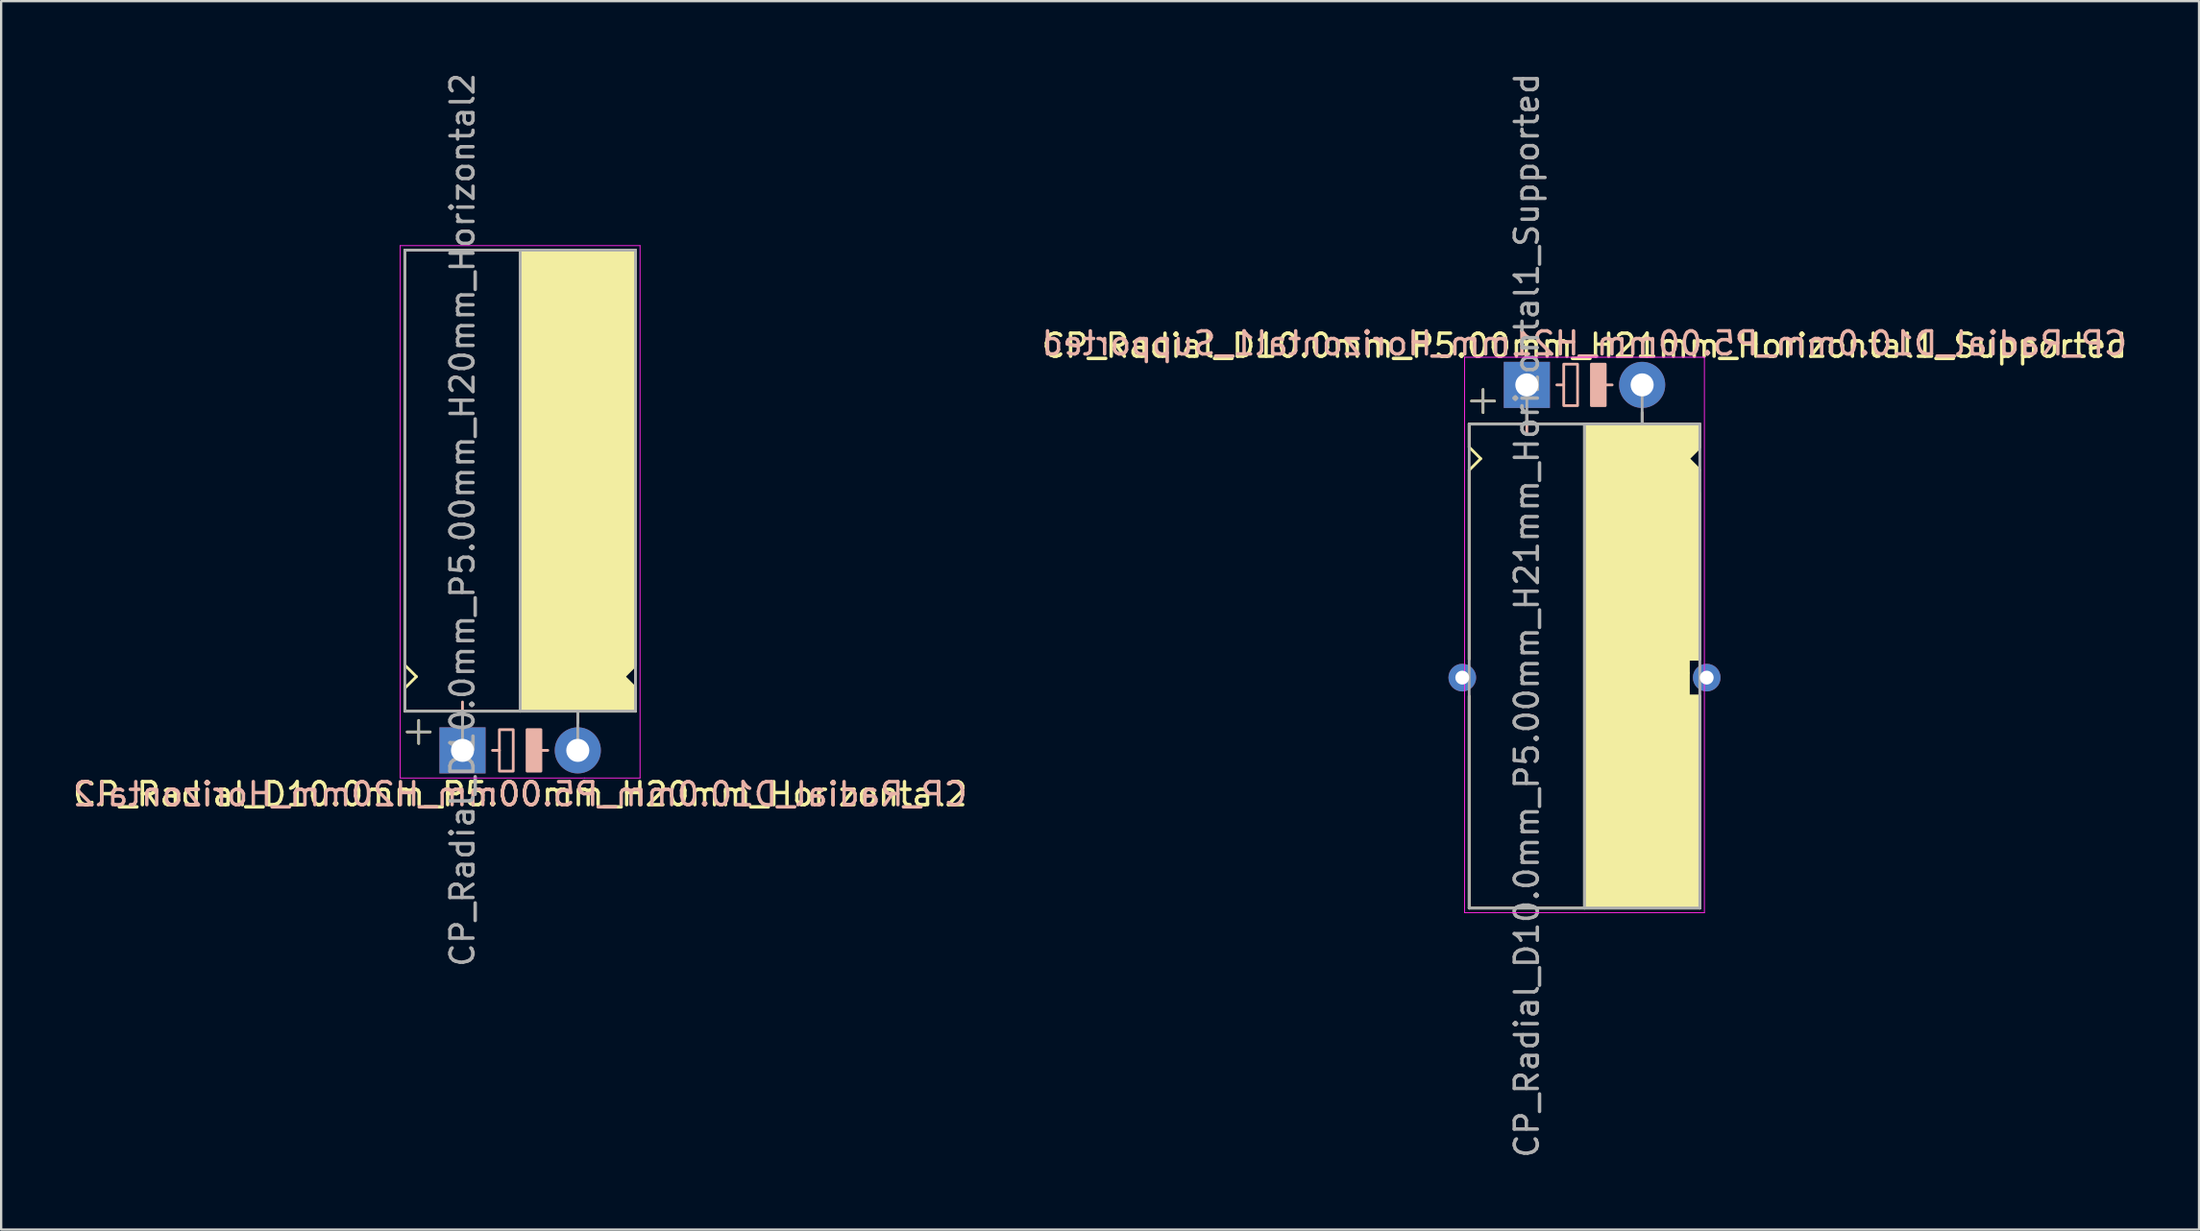
<source format=kicad_pcb>
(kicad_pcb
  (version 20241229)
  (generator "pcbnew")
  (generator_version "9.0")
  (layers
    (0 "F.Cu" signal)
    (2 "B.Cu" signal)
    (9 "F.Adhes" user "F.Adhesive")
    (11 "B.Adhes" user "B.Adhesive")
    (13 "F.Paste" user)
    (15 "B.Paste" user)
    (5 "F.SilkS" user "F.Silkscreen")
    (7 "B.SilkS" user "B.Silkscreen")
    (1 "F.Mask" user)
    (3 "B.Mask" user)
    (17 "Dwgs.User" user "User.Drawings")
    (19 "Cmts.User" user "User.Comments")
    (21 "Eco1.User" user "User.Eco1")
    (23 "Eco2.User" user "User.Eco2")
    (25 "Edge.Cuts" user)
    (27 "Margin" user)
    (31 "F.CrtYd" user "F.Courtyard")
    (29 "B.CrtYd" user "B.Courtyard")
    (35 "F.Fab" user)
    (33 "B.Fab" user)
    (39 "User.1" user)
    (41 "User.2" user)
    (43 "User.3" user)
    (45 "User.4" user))
  (footprint "CP_Radial_D10.0mm_P5.00mm_H21mm_Horizontal1_Supported"
    (layer "F.Cu")
    (at 63.161 13.649)
    (property "Reference" "CP_Radial_D10.0mm_P5.00mm_H21mm_Horizontal1_Supported" (at 2.5 -1.7 0) (layer "F.SilkS") (effects (font (size 1 1) (thickness 0.15))))
    (fp_line (start -2.5 1.7) (end -2.5 2.7) (stroke (width 0.12) (type solid)) (layer "F.SilkS"))
    (fp_line (start -2.5 2.7) (end -2 3.2) (stroke (width 0.12) (type solid)) (layer "F.SilkS"))
    (fp_line (start -2.5 3.7) (end -2.5 11.9) (stroke (width 0.12) (type solid)) (layer "F.SilkS"))
    (fp_line (start -2.5 13.5) (end -2.5 22.7) (stroke (width 0.12) (type solid)) (layer "F.SilkS"))
    (fp_line (start -2.5 22.7) (end 7.5 22.7) (stroke (width 0.12) (type solid)) (layer "F.SilkS"))
    (fp_line (start -2 3.2) (end -2.5 3.7) (stroke (width 0.12) (type solid)) (layer "F.SilkS"))
    (fp_line (start -1.9 0.2) (end -1.9 1.2) (stroke (width 0.12) (type solid)) (layer "F.SilkS"))
    (fp_line (start -1.4 0.7) (end -2.4 0.7) (stroke (width 0.12) (type solid)) (layer "F.SilkS"))
    (fp_line (start 0 1.7) (end 0 1.2) (stroke (width 0.12) (type solid)) (layer "F.SilkS"))
    (fp_line (start 2.5 1.7) (end -2.5 1.7) (stroke (width 0.12) (type solid)) (layer "F.SilkS"))
    (fp_line (start 2.5 22.7) (end 2.5 1.7) (stroke (width 0.12) (type solid)) (layer "F.SilkS"))
    (fp_line (start 5 1.7) (end 5 1.2) (stroke (width 0.12) (type solid)) (layer "F.SilkS"))
    (fp_line (start 7 3.2) (end 7.5 3.7) (stroke (width 0.12) (type solid)) (layer "F.SilkS"))
    (fp_line (start 7 11.9) (end 7.5 11.9) (stroke (width 0.12) (type solid)) (layer "F.SilkS"))
    (fp_line (start 7 12.5) (end 7 11.9) (stroke (width 0.12) (type solid)) (layer "F.SilkS"))
    (fp_line (start 7 13.5) (end 7 12.5) (stroke (width 0.12) (type solid)) (layer "F.SilkS"))
    (fp_line (start 7.5 1.7) (end 2.5 1.7) (stroke (width 0.12) (type solid)) (layer "F.SilkS"))
    (fp_line (start 7.5 1.7) (end 7.5 2.7) (stroke (width 0.12) (type solid)) (layer "F.SilkS"))
    (fp_line (start 7.5 2.7) (end 7 3.2) (stroke (width 0.12) (type solid)) (layer "F.SilkS"))
    (fp_line (start 7.5 4.7) (end 7.5 11.9) (stroke (width 0.12) (type solid)) (layer "F.SilkS"))
    (fp_line (start 7.5 13.5) (end 7 13.5) (stroke (width 0.12) (type solid)) (layer "F.SilkS"))
    (fp_line (start 7.5 13.5) (end 7.5 22.7) (stroke (width 0.12) (type solid)) (layer "F.SilkS"))
    (fp_poly (pts (xy 7.5 2.7) (xy 7 3.2) (xy 7.5 3.7) (xy 7.5 11.9) (xy 7 11.9) (xy 7 13.5) (xy 7.5 13.5) (xy 7.5 22.7) (xy 2.5 22.7) (xy 2.5 1.7) (xy 7.5 1.7)) (stroke (width 0.1) (type solid)) (fill yes) (layer "F.SilkS"))
    (fp_line (start 0 1.3) (end 0 2.1) (stroke (width 0.12) (type solid)) (layer "B.SilkS"))
    (fp_line (start 0.4 1.7) (end -0.4 1.7) (stroke (width 0.12) (type solid)) (layer "B.SilkS"))
    (fp_line (start 1.6 0) (end 1.3 0) (stroke (width 0.12) (type solid)) (layer "B.SilkS"))
    (fp_line (start 3.7 0) (end 3.4 0) (stroke (width 0.12) (type solid)) (layer "B.SilkS"))
    (fp_rect (start 2.2 -0.9) (end 1.6 0.9) (stroke (width 0.12) (type solid)) (fill no) (layer "B.SilkS"))
    (fp_rect (start 3.4 -0.9) (end 2.8 0.9) (stroke (width 0.12) (type solid)) (fill yes) (layer "B.SilkS"))
    (fp_line (start -2.7 -1.2) (end 5.3 -1.2) (stroke (width 0.04) (type solid)) (layer "F.CrtYd"))
    (fp_line (start -2.7 22.9) (end -2.7 -1.2) (stroke (width 0.04) (type solid)) (layer "F.CrtYd"))
    (fp_line (start 5.3 -1.2) (end 7.7 -1.2) (stroke (width 0.04) (type solid)) (layer "F.CrtYd"))
    (fp_line (start 7.7 -1.2) (end 7.7 22.9) (stroke (width 0.04) (type solid)) (layer "F.CrtYd"))
    (fp_line (start 7.7 22.9) (end -2.7 22.9) (stroke (width 0.04) (type solid)) (layer "F.CrtYd"))
    (fp_line (start -2.5 1.7) (end -2.5 22.7) (stroke (width 0.12) (type solid)) (layer "F.Fab"))
    (fp_line (start -2.5 22.7) (end 7.5 22.7) (stroke (width 0.12) (type solid)) (layer "F.Fab"))
    (fp_line (start -2.4 0.7) (end -1.4 0.7) (stroke (width 0.1) (type solid)) (layer "F.Fab"))
    (fp_line (start -1.9 1.2) (end -1.9 0.2) (stroke (width 0.1) (type solid)) (layer "F.Fab"))
    (fp_line (start 0 1.7) (end 0 0) (stroke (width 0.12) (type solid)) (layer "F.Fab"))
    (fp_line (start 2.5 1.7) (end 2.5 22.7) (stroke (width 0.12) (type solid)) (layer "F.Fab"))
    (fp_line (start 5 1.7) (end 5 0) (stroke (width 0.12) (type solid)) (layer "F.Fab"))
    (fp_line (start 7.5 1.7) (end -2.5 1.7) (stroke (width 0.12) (type solid)) (layer "F.Fab"))
    (fp_line (start 7.5 22.7) (end 7.5 1.7) (stroke (width 0.12) (type solid)) (layer "F.Fab"))
    (fp_poly (pts (xy 7.5 22.7) (xy 2.5 22.7) (xy 2.5 1.7) (xy 7.5 1.7)) (stroke (width 0.1) (type solid)) (fill no) (layer "F.Fab"))
    (fp_text user "${REFERENCE}" (at 2.5 -1.8 0) (layer "B.SilkS") (effects (font (size 1 1) (thickness 0.15)) (justify mirror)))
    (fp_text user "${REFERENCE}" (at 0 10 90) (layer "F.Fab") (effects (font (size 1 1) (thickness 0.15))))
    (pad "1" thru_hole rect (at 0 0) (size 2 2) (drill 1) (layers "*.Cu" "*.Mask"))
    (pad "2" thru_hole circle (at 5 0) (size 2 2) (drill 1) (layers "*.Cu" "*.Mask"))
    (pad "~" thru_hole circle (at -2.8 12.7) (size 1.2 1.2) (drill 0.6) (layers "*.Cu" "*.Mask"))
    (pad "~" thru_hole circle (at 7.8 12.7) (size 1.2 1.2) (drill 0.6) (layers "*.Cu" "*.Mask")))
  (footprint "CP_Radial_D10.0mm_P5.00mm_H20mm_Horizontal2"
    (layer "F.Cu")
    (at 17.006 29.506)
    (property "Reference" "CP_Radial_D10.0mm_P5.00mm_H20mm_Horizontal2" (at 2.5 1.9 0) (layer "F.SilkS") (effects (font (size 1 1) (thickness 0.15))))
    (fp_line (start -2.5 -21.7) (end 7.5 -21.7) (stroke (width 0.12) (type solid)) (layer "F.SilkS"))
    (fp_line (start -2.5 -11.7) (end -2.5 -21.7) (stroke (width 0.12) (type solid)) (layer "F.SilkS"))
    (fp_line (start -2.5 -3.7) (end -2.5 -11.7) (stroke (width 0.12) (type solid)) (layer "F.SilkS"))
    (fp_line (start -2.5 -2.7) (end -2 -3.2) (stroke (width 0.12) (type solid)) (layer "F.SilkS"))
    (fp_line (start -2.5 -1.7) (end -2.5 -2.7) (stroke (width 0.12) (type solid)) (layer "F.SilkS"))
    (fp_line (start -2 -3.2) (end -2.5 -3.7) (stroke (width 0.12) (type solid)) (layer "F.SilkS"))
    (fp_line (start -1.9 -1.3) (end -1.9 -0.3) (stroke (width 0.12) (type solid)) (layer "F.SilkS"))
    (fp_line (start -1.4 -0.8) (end -2.4 -0.8) (stroke (width 0.12) (type solid)) (layer "F.SilkS"))
    (fp_line (start 0 -1.7) (end 0 -1.2) (stroke (width 0.12) (type solid)) (layer "F.SilkS"))
    (fp_line (start 2.5 -21.7) (end 2.5 -1.7) (stroke (width 0.12) (type solid)) (layer "F.SilkS"))
    (fp_line (start 2.5 -1.7) (end -2.5 -1.7) (stroke (width 0.12) (type solid)) (layer "F.SilkS"))
    (fp_line (start 5 -1.7) (end 5 -1.2) (stroke (width 0.12) (type solid)) (layer "F.SilkS"))
    (fp_line (start 7 -3.2) (end 7.5 -3.7) (stroke (width 0.12) (type solid)) (layer "F.SilkS"))
    (fp_line (start 7.5 -11.7) (end 7.5 -21.7) (stroke (width 0.12) (type solid)) (layer "F.SilkS"))
    (fp_line (start 7.5 -3.7) (end 7.5 -11.7) (stroke (width 0.12) (type solid)) (layer "F.SilkS"))
    (fp_line (start 7.5 -2.7) (end 7 -3.2) (stroke (width 0.12) (type solid)) (layer "F.SilkS"))
    (fp_line (start 7.5 -1.7) (end 2.5 -1.7) (stroke (width 0.12) (type solid)) (layer "F.SilkS"))
    (fp_line (start 7.5 -1.7) (end 7.5 -2.7) (stroke (width 0.12) (type solid)) (layer "F.SilkS"))
    (fp_poly (pts (xy 7.5 -2.7) (xy 7 -3.2) (xy 7.5 -3.7) (xy 7.5 -21.7) (xy 2.5 -21.7) (xy 2.5 -1.7) (xy 7.5 -1.7)) (stroke (width 0.1) (type solid)) (fill yes) (layer "F.SilkS"))
    (fp_line (start 0 -2.1) (end 0 -1.3) (stroke (width 0.12) (type solid)) (layer "B.SilkS"))
    (fp_line (start 0.4 -1.7) (end -0.4 -1.7) (stroke (width 0.12) (type solid)) (layer "B.SilkS"))
    (fp_line (start 1.6 0) (end 1.3 0) (stroke (width 0.12) (type solid)) (layer "B.SilkS"))
    (fp_line (start 3.7 0) (end 3.4 0) (stroke (width 0.12) (type solid)) (layer "B.SilkS"))
    (fp_rect (start 2.2 -0.9) (end 1.6 0.9) (stroke (width 0.12) (type solid)) (fill no) (layer "B.SilkS"))
    (fp_rect (start 3.4 -0.9) (end 2.8 0.9) (stroke (width 0.12) (type solid)) (fill yes) (layer "B.SilkS"))
    (fp_line (start -2.7 -21.9) (end -2.7 1.2) (stroke (width 0.04) (type solid)) (layer "F.CrtYd"))
    (fp_line (start -2.7 1.2) (end 5.3 1.2) (stroke (width 0.04) (type solid)) (layer "F.CrtYd"))
    (fp_line (start 5.3 1.2) (end 7.7 1.2) (stroke (width 0.04) (type solid)) (layer "F.CrtYd"))
    (fp_line (start 7.7 -21.9) (end -2.7 -21.9) (stroke (width 0.04) (type solid)) (layer "F.CrtYd"))
    (fp_line (start 7.7 1.2) (end 7.7 -21.9) (stroke (width 0.04) (type solid)) (layer "F.CrtYd"))
    (fp_line (start -2.5 -21.7) (end 7.5 -21.7) (stroke (width 0.12) (type solid)) (layer "F.Fab"))
    (fp_line (start -2.5 -1.7) (end -2.5 -21.7) (stroke (width 0.12) (type solid)) (layer "F.Fab"))
    (fp_line (start -2.4 -0.8) (end -1.4 -0.8) (stroke (width 0.1) (type solid)) (layer "F.Fab"))
    (fp_line (start -1.9 -0.3) (end -1.9 -1.3) (stroke (width 0.1) (type solid)) (layer "F.Fab"))
    (fp_line (start 0 -1.7) (end 0 0) (stroke (width 0.12) (type solid)) (layer "F.Fab"))
    (fp_line (start 2.5 -1.7) (end 2.5 -21.7) (stroke (width 0.12) (type solid)) (layer "F.Fab"))
    (fp_line (start 5 -1.7) (end 5 0) (stroke (width 0.12) (type solid)) (layer "F.Fab"))
    (fp_line (start 7.5 -21.7) (end 7.5 -1.7) (stroke (width 0.12) (type solid)) (layer "F.Fab"))
    (fp_line (start 7.5 -1.7) (end -2.5 -1.7) (stroke (width 0.12) (type solid)) (layer "F.Fab"))
    (fp_poly (pts (xy 7.5 -21.7) (xy 2.5 -21.7) (xy 2.5 -1.7) (xy 7.5 -1.7)) (stroke (width 0.1) (type solid)) (fill no) (layer "F.Fab"))
    (fp_text user "${REFERENCE}" (at 2.5 1.9 0) (layer "B.SilkS") (effects (font (size 1 1) (thickness 0.15)) (justify mirror)))
    (fp_text user "${REFERENCE}" (at 0 -10 90) (layer "F.Fab") (effects (font (size 1 1) (thickness 0.15))))
    (pad "1" thru_hole rect (at 0 0) (size 2 2) (drill 1) (layers "*.Cu" "*.Mask"))
    (pad "2" thru_hole circle (at 5 0) (size 2 2) (drill 1) (layers "*.Cu" "*.Mask")))
  (gr_rect
    (start -3 -3)
    (end 92.31 50.298)
    (stroke (width 0.1) (type default))
    (fill no)
    (layer "Edge.Cuts")))
</source>
